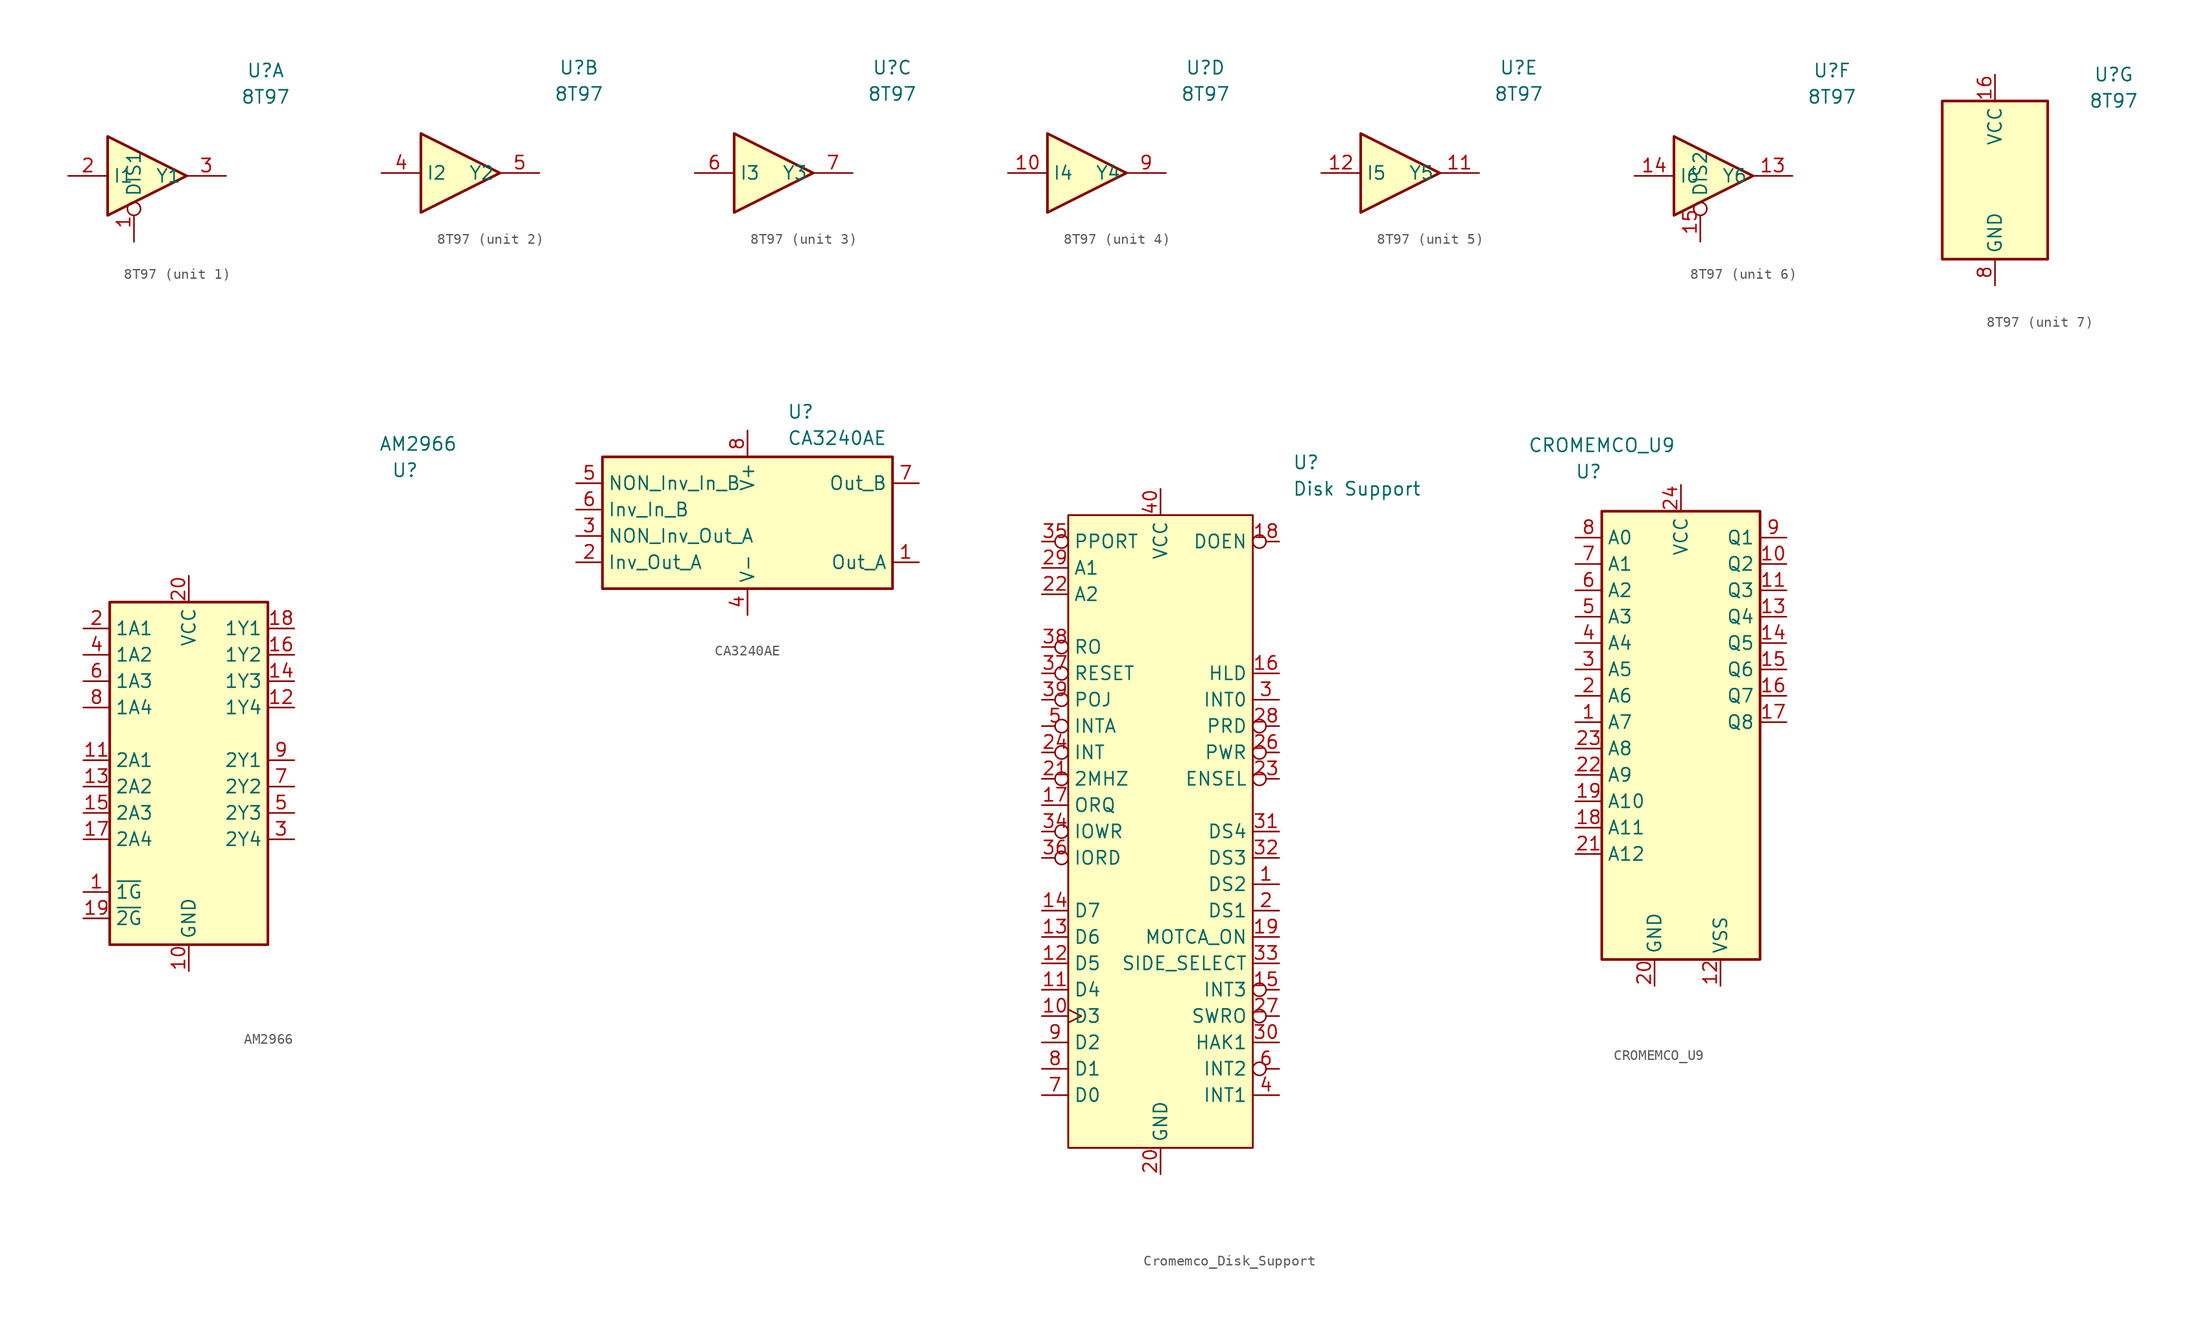
<source format=kicad_sym>
(kicad_symbol_lib
  (version 20241209)
  (generator "kicad_symbol_editor")
  (generator_version "9.0")
  (symbol "8T97"
    (property "Reference" "U"
      (at 11.43 10.16 0)
      (effects (font (size 1.27 1.27))))
    (property "Value" "8T97"
      (at 11.43 7.62 0)
      (effects (font (size 1.27 1.27))))
    (property "ki_locked" ""
      (at 0 0 0)
      (effects (font (size 1.27 1.27))))
    (symbol "8T97_1_0"
      (polyline (pts (xy -3.81 3.81) (xy -3.81 -3.81) (xy 3.81 0) (xy -3.81 3.81)) (stroke (width 0.254) (type default)) (fill (type background)))
      (pin input line (at -7.62 0 0) (length 3.81) (name "I1" (effects (font (size 1.27 1.27)))) (number "2" (effects (font (size 1.27 1.27)))))
      (pin input inverted (at -1.27 -6.35 90) (length 3.81) (name "DIS1" (effects (font (size 1.27 1.27)))) (number "1" (effects (font (size 1.27 1.27)))))
      (pin output line (at 7.62 0 180) (length 3.81) (name "Y1" (effects (font (size 1.27 1.27)))) (number "3" (effects (font (size 1.27 1.27))))))
    (symbol "8T97_2_0"
      (polyline (pts (xy -3.81 3.81) (xy -3.81 -3.81) (xy 3.81 0) (xy -3.81 3.81)) (stroke (width 0.254) (type default)) (fill (type background)))
      (pin input line (at -7.62 0 0) (length 3.81) (name "I2" (effects (font (size 1.27 1.27)))) (number "4" (effects (font (size 1.27 1.27)))))
      (pin output line (at 7.62 0 180) (length 3.81) (name "Y2" (effects (font (size 1.27 1.27)))) (number "5" (effects (font (size 1.27 1.27))))))
    (symbol "8T97_3_0"
      (polyline (pts (xy -3.81 3.81) (xy -3.81 -3.81) (xy 3.81 0) (xy -3.81 3.81)) (stroke (width 0.254) (type default)) (fill (type background)))
      (pin input line (at -7.62 0 0) (length 3.81) (name "I3" (effects (font (size 1.27 1.27)))) (number "6" (effects (font (size 1.27 1.27)))))
      (pin output line (at 7.62 0 180) (length 3.81) (name "Y3" (effects (font (size 1.27 1.27)))) (number "7" (effects (font (size 1.27 1.27))))))
    (symbol "8T97_4_0"
      (polyline (pts (xy -3.81 3.81) (xy -3.81 -3.81) (xy 3.81 0) (xy -3.81 3.81)) (stroke (width 0.254) (type default)) (fill (type background)))
      (pin input line (at -7.62 0 0) (length 3.81) (name "I4" (effects (font (size 1.27 1.27)))) (number "10" (effects (font (size 1.27 1.27)))))
      (pin output line (at 7.62 0 180) (length 3.81) (name "Y4" (effects (font (size 1.27 1.27)))) (number "9" (effects (font (size 1.27 1.27))))))
    (symbol "8T97_5_0"
      (polyline (pts (xy -3.81 3.81) (xy -3.81 -3.81) (xy 3.81 0) (xy -3.81 3.81)) (stroke (width 0.254) (type default)) (fill (type background)))
      (pin input line (at -7.62 0 0) (length 3.81) (name "I5" (effects (font (size 1.27 1.27)))) (number "12" (effects (font (size 1.27 1.27)))))
      (pin output line (at 7.62 0 180) (length 3.81) (name "Y5" (effects (font (size 1.27 1.27)))) (number "11" (effects (font (size 1.27 1.27))))))
    (symbol "8T97_6_0"
      (polyline (pts (xy -3.81 3.81) (xy -3.81 -3.81) (xy 3.81 0) (xy -3.81 3.81)) (stroke (width 0.254) (type default)) (fill (type background)))
      (pin input line (at -7.62 0 0) (length 3.81) (name "I6" (effects (font (size 1.27 1.27)))) (number "14" (effects (font (size 1.27 1.27)))))
      (pin input inverted (at -1.27 -6.35 90) (length 3.81) (name "DIS2" (effects (font (size 1.27 1.27)))) (number "15" (effects (font (size 1.27 1.27)))))
      (pin output line (at 7.62 0 180) (length 3.81) (name "Y6" (effects (font (size 1.27 1.27)))) (number "13" (effects (font (size 1.27 1.27))))))
    (symbol "8T97_7_0"
      (pin power_in line (at 0 10.16 270) (length 2.54) (name "VCC" (effects (font (size 1.27 1.27)))) (number "16" (effects (font (size 1.27 1.27)))))
      (pin power_in line (at 0 -10.16 90) (length 2.54) (name "GND" (effects (font (size 1.27 1.27)))) (number "8" (effects (font (size 1.27 1.27))))))
    (symbol "8T97_7_1"
      (rectangle (start -5.08 7.62) (end 5.08 -7.62) (stroke (width 0.254) (type default)) (fill (type background)))))
  (symbol "AM2966"
    (property "Reference" "U"
      (at 30.988 10.16 0)
      (effects (font (size 1.27 1.27))))
    (property "Value" "AM2966"
      (at 32.258 12.7 0)
      (effects (font (size 1.27 1.27))))
    (symbol "AM2966_1_1"
      (rectangle (start 2.54 -2.54) (end 17.78 -35.56) (stroke (width 0.254) (type default)) (fill (type background)))
      (pin input line (at 0 -5.08 0) (length 2.54) (name "1A1" (effects (font (size 1.27 1.27)))) (number "2" (effects (font (size 1.27 1.27)))))
      (pin input line (at 0 -7.62 0) (length 2.54) (name "1A2" (effects (font (size 1.27 1.27)))) (number "4" (effects (font (size 1.27 1.27)))))
      (pin input line (at 0 -10.16 0) (length 2.54) (name "1A3" (effects (font (size 1.27 1.27)))) (number "6" (effects (font (size 1.27 1.27)))))
      (pin input line (at 0 -12.7 0) (length 2.54) (name "1A4" (effects (font (size 1.27 1.27)))) (number "8" (effects (font (size 1.27 1.27)))))
      (pin input line (at 0 -17.78 0) (length 2.54) (name "2A1" (effects (font (size 1.27 1.27)))) (number "11" (effects (font (size 1.27 1.27)))))
      (pin input line (at 0 -20.32 0) (length 2.54) (name "2A2" (effects (font (size 1.27 1.27)))) (number "13" (effects (font (size 1.27 1.27)))))
      (pin input line (at 0 -22.86 0) (length 2.54) (name "2A3" (effects (font (size 1.27 1.27)))) (number "15" (effects (font (size 1.27 1.27)))))
      (pin input line (at 0 -25.4 0) (length 2.54) (name "2A4" (effects (font (size 1.27 1.27)))) (number "17" (effects (font (size 1.27 1.27)))))
      (pin input line (at 0 -30.48 0) (length 2.54) (name "~{1G}" (effects (font (size 1.27 1.27)))) (number "1" (effects (font (size 1.27 1.27)))))
      (pin input line (at 0 -33.02 0) (length 2.54) (name "~{2G}" (effects (font (size 1.27 1.27)))) (number "19" (effects (font (size 1.27 1.27)))))
      (pin power_in line (at 10.16 0 270) (length 2.54) (name "VCC" (effects (font (size 1.27 1.27)))) (number "20" (effects (font (size 1.27 1.27)))))
      (pin power_in line (at 10.16 -38.1 90) (length 2.54) (name "GND" (effects (font (size 1.27 1.27)))) (number "10" (effects (font (size 1.27 1.27)))))
      (pin output line (at 20.32 -5.08 180) (length 2.54) (name "1Y1" (effects (font (size 1.27 1.27)))) (number "18" (effects (font (size 1.27 1.27)))))
      (pin output line (at 20.32 -7.62 180) (length 2.54) (name "1Y2" (effects (font (size 1.27 1.27)))) (number "16" (effects (font (size 1.27 1.27)))))
      (pin output line (at 20.32 -10.16 180) (length 2.54) (name "1Y3" (effects (font (size 1.27 1.27)))) (number "14" (effects (font (size 1.27 1.27)))))
      (pin output line (at 20.32 -12.7 180) (length 2.54) (name "1Y4" (effects (font (size 1.27 1.27)))) (number "12" (effects (font (size 1.27 1.27)))))
      (pin output line (at 20.32 -17.78 180) (length 2.54) (name "2Y1" (effects (font (size 1.27 1.27)))) (number "9" (effects (font (size 1.27 1.27)))))
      (pin output line (at 20.32 -20.32 180) (length 2.54) (name "2Y2" (effects (font (size 1.27 1.27)))) (number "7" (effects (font (size 1.27 1.27)))))
      (pin output line (at 20.32 -22.86 180) (length 2.54) (name "2Y3" (effects (font (size 1.27 1.27)))) (number "5" (effects (font (size 1.27 1.27)))))
      (pin output line (at 20.32 -25.4 180) (length 2.54) (name "2Y4" (effects (font (size 1.27 1.27)))) (number "3" (effects (font (size 1.27 1.27)))))))
  (symbol "CA3240AE"
    (property "Reference" "U"
      (at 3.81 5.08 0)
      (effects (font (size 1.27 1.27)) (justify left top)))
    (property "Value" "CA3240AE"
      (at 3.81 2.54 0)
      (effects (font (size 1.27 1.27)) (justify left top)))
    (symbol "CA3240AE_1_1"
      (rectangle (start -13.97 0) (end 13.97 -12.7) (stroke (width 0.254) (type default)) (fill (type background)))
      (pin input line (at -16.51 -2.54 0) (length 2.54) (name "NON_Inv_In_B" (effects (font (size 1.27 1.27)))) (number "5" (effects (font (size 1.27 1.27)))))
      (pin input line (at -16.51 -5.08 0) (length 2.54) (name "Inv_In_B" (effects (font (size 1.27 1.27)))) (number "6" (effects (font (size 1.27 1.27)))))
      (pin input line (at -16.51 -7.62 0) (length 2.54) (name "NON_Inv_Out_A" (effects (font (size 1.27 1.27)))) (number "3" (effects (font (size 1.27 1.27)))))
      (pin input line (at -16.51 -10.16 0) (length 2.54) (name "Inv_Out_A" (effects (font (size 1.27 1.27)))) (number "2" (effects (font (size 1.27 1.27)))))
      (pin power_in line (at 0 2.54 270) (length 2.54) (name "V+" (effects (font (size 1.27 1.27)))) (number "8" (effects (font (size 1.27 1.27)))))
      (pin power_in line (at 0 -15.24 90) (length 2.54) (name "V-" (effects (font (size 1.27 1.27)))) (number "4" (effects (font (size 1.27 1.27)))))
      (pin output line (at 16.51 -2.54 180) (length 2.54) (name "Out_B" (effects (font (size 1.27 1.27)))) (number "7" (effects (font (size 1.27 1.27)))))
      (pin output line (at 16.51 -10.16 180) (length 2.54) (name "Out_A" (effects (font (size 1.27 1.27)))) (number "1" (effects (font (size 1.27 1.27)))))))
  (symbol "Cromemco_Disk_Support"
    (property "Reference" "U"
      (at 24.13 7.62 0)
      (effects (font (size 1.27 1.27)) (justify left)))
    (property "Value" "Disk Support"
      (at 24.13 5.08 0)
      (effects (font (size 1.27 1.27)) (justify left)))
    (symbol "Cromemco_Disk_Support_0_0"
      (pin bidirectional inverted (at 0 0 0) (length 2.54) (name "PPORT" (effects (font (size 1.27 1.27)))) (number "35" (effects (font (size 1.27 1.27)))))
      (pin bidirectional line (at 0 -2.54 0) (length 2.54) (name "A1" (effects (font (size 1.27 1.27)))) (number "29" (effects (font (size 1.27 1.27)))))
      (pin bidirectional line (at 0 -5.08 0) (length 2.54) (name "A2" (effects (font (size 1.27 1.27)))) (number "22" (effects (font (size 1.27 1.27)))))
      (pin bidirectional inverted (at 0 -10.16 0) (length 2.54) (name "RO" (effects (font (size 1.27 1.27)))) (number "38" (effects (font (size 1.27 1.27)))))
      (pin bidirectional inverted (at 0 -12.7 0) (length 2.54) (name "RESET" (effects (font (size 1.27 1.27)))) (number "37" (effects (font (size 1.27 1.27)))))
      (pin bidirectional inverted (at 0 -15.24 0) (length 2.54) (name "POJ" (effects (font (size 1.27 1.27)))) (number "39" (effects (font (size 1.27 1.27)))))
      (pin bidirectional inverted (at 0 -17.78 0) (length 2.54) (name "INTA" (effects (font (size 1.27 1.27)))) (number "5" (effects (font (size 1.27 1.27)))))
      (pin bidirectional inverted (at 0 -20.32 0) (length 2.54) (name "INT" (effects (font (size 1.27 1.27)))) (number "24" (effects (font (size 1.27 1.27)))))
      (pin bidirectional inverted (at 0 -22.86 0) (length 2.54) (name "2MHZ" (effects (font (size 1.27 1.27)))) (number "21" (effects (font (size 1.27 1.27)))))
      (pin bidirectional line (at 0 -25.4 0) (length 2.54) (name "ORQ" (effects (font (size 1.27 1.27)))) (number "17" (effects (font (size 1.27 1.27)))))
      (pin bidirectional inverted (at 0 -30.48 0) (length 2.54) (name "IORD" (effects (font (size 1.27 1.27)))) (number "36" (effects (font (size 1.27 1.27)))))
      (pin bidirectional line (at 0 -35.56 0) (length 2.54) (name "D7" (effects (font (size 1.27 1.27)))) (number "14" (effects (font (size 1.27 1.27)))))
      (pin bidirectional line (at 0 -38.1 0) (length 2.54) (name "D6" (effects (font (size 1.27 1.27)))) (number "13" (effects (font (size 1.27 1.27)))))
      (pin bidirectional line (at 0 -40.64 0) (length 2.54) (name "D5" (effects (font (size 1.27 1.27)))) (number "12" (effects (font (size 1.27 1.27)))))
      (pin bidirectional line (at 0 -43.18 0) (length 2.54) (name "D4" (effects (font (size 1.27 1.27)))) (number "11" (effects (font (size 1.27 1.27)))))
      (pin bidirectional clock (at 0 -45.72 0) (length 2.54) (name "D3" (effects (font (size 1.27 1.27)))) (number "10" (effects (font (size 1.27 1.27)))))
      (pin bidirectional line (at 0 -50.8 0) (length 2.54) (name "D1" (effects (font (size 1.27 1.27)))) (number "8" (effects (font (size 1.27 1.27)))))
      (pin bidirectional line (at 0 -53.34 0) (length 2.54) (name "D0" (effects (font (size 1.27 1.27)))) (number "7" (effects (font (size 1.27 1.27)))))
      (pin power_in line (at 11.43 5.08 270) (length 2.54) (name "VCC" (effects (font (size 1.27 1.27)))) (number "40" (effects (font (size 1.27 1.27)))))
      (pin power_in line (at 11.43 -60.96 90) (length 2.54) (name "GND" (effects (font (size 1.27 1.27)))) (number "20" (effects (font (size 1.27 1.27)))))
      (pin bidirectional inverted (at 22.86 0 180) (length 2.54) (name "DOEN" (effects (font (size 1.27 1.27)))) (number "18" (effects (font (size 1.27 1.27)))))
      (pin no_connect line (at 22.86 -10.16 180) (length 2.54) (hide yes) (name "NC" (effects (font (size 1.27 1.27)))) (number "25" (effects (font (size 1.27 1.27)))))
      (pin bidirectional line (at 22.86 -12.7 180) (length 2.54) (name "HLD" (effects (font (size 1.27 1.27)))) (number "16" (effects (font (size 1.27 1.27)))))
      (pin bidirectional line (at 22.86 -15.24 180) (length 2.54) (name "INT0" (effects (font (size 1.27 1.27)))) (number "3" (effects (font (size 1.27 1.27)))))
      (pin bidirectional inverted (at 22.86 -17.78 180) (length 2.54) (name "PRD" (effects (font (size 1.27 1.27)))) (number "28" (effects (font (size 1.27 1.27)))))
      (pin bidirectional inverted (at 22.86 -20.32 180) (length 2.54) (name "PWR" (effects (font (size 1.27 1.27)))) (number "26" (effects (font (size 1.27 1.27)))))
      (pin bidirectional inverted (at 22.86 -22.86 180) (length 2.54) (name "ENSEL" (effects (font (size 1.27 1.27)))) (number "23" (effects (font (size 1.27 1.27)))))
      (pin bidirectional line (at 22.86 -30.48 180) (length 2.54) (name "DS3" (effects (font (size 1.27 1.27)))) (number "32" (effects (font (size 1.27 1.27)))))
      (pin bidirectional line (at 22.86 -33.02 180) (length 2.54) (name "DS2" (effects (font (size 1.27 1.27)))) (number "1" (effects (font (size 1.27 1.27)))))
      (pin bidirectional line (at 22.86 -35.56 180) (length 2.54) (name "DS1" (effects (font (size 1.27 1.27)))) (number "2" (effects (font (size 1.27 1.27)))))
      (pin bidirectional line (at 22.86 -38.1 180) (length 2.54) (name "MOTCA_ON" (effects (font (size 1.27 1.27)))) (number "19" (effects (font (size 1.27 1.27)))))
      (pin bidirectional line (at 22.86 -40.64 180) (length 2.54) (name "SIDE_SELECT" (effects (font (size 1.27 1.27)))) (number "33" (effects (font (size 1.27 1.27)))))
      (pin bidirectional inverted (at 22.86 -43.18 180) (length 2.54) (name "INT3" (effects (font (size 1.27 1.27)))) (number "15" (effects (font (size 1.27 1.27)))))
      (pin bidirectional inverted (at 22.86 -45.72 180) (length 2.54) (name "SWRO" (effects (font (size 1.27 1.27)))) (number "27" (effects (font (size 1.27 1.27)))))
      (pin bidirectional line (at 22.86 -48.26 180) (length 2.54) (name "HAK1" (effects (font (size 1.27 1.27)))) (number "30" (effects (font (size 1.27 1.27)))))
      (pin bidirectional inverted (at 22.86 -50.8 180) (length 2.54) (name "INT2" (effects (font (size 1.27 1.27)))) (number "6" (effects (font (size 1.27 1.27)))))
      (pin bidirectional line (at 22.86 -53.34 180) (length 2.54) (name "INT1" (effects (font (size 1.27 1.27)))) (number "4" (effects (font (size 1.27 1.27))))))
    (symbol "Cromemco_Disk_Support_0_1"
      (rectangle (start 2.54 2.54) (end 20.32 -58.42) (stroke (width 0) (type default)) (fill (type none)))
      (rectangle (start 2.54 2.54) (end 20.32 -58.42) (stroke (width 0) (type default)) (fill (type background))))
    (symbol "Cromemco_Disk_Support_1_0"
      (pin bidirectional inverted (at 0 -27.94 0) (length 2.54) (name "IOWR" (effects (font (size 1.27 1.27)))) (number "34" (effects (font (size 1.27 1.27)))))
      (pin bidirectional line (at 0 -48.26 0) (length 2.54) (name "D2" (effects (font (size 1.27 1.27)))) (number "9" (effects (font (size 1.27 1.27)))))
      (pin bidirectional line (at 22.86 -27.94 180) (length 2.54) (name "DS4" (effects (font (size 1.27 1.27)))) (number "31" (effects (font (size 1.27 1.27)))))))
  (symbol "CROMEMCO_U9"
    (property "Reference" "U"
      (at 1.27 1.27 0)
      (effects (font (size 1.27 1.27))))
    (property "Value" "CROMEMCO_U9"
      (at 2.54 3.81 0)
      (effects (font (size 1.27 1.27))))
    (symbol "CROMEMCO_U9_1_1"
      (rectangle (start 2.54 -2.54) (end 17.78 -45.72) (stroke (width 0.254) (type default)) (fill (type background)))
      (pin input line (at 0 -5.08 0) (length 2.54) (name "A0" (effects (font (size 1.27 1.27)))) (number "8" (effects (font (size 1.27 1.27)))))
      (pin input line (at 0 -7.62 0) (length 2.54) (name "A1" (effects (font (size 1.27 1.27)))) (number "7" (effects (font (size 1.27 1.27)))))
      (pin input line (at 0 -10.16 0) (length 2.54) (name "A2" (effects (font (size 1.27 1.27)))) (number "6" (effects (font (size 1.27 1.27)))))
      (pin input line (at 0 -12.7 0) (length 2.54) (name "A3" (effects (font (size 1.27 1.27)))) (number "5" (effects (font (size 1.27 1.27)))))
      (pin input line (at 0 -15.24 0) (length 2.54) (name "A4" (effects (font (size 1.27 1.27)))) (number "4" (effects (font (size 1.27 1.27)))))
      (pin input line (at 0 -17.78 0) (length 2.54) (name "A5" (effects (font (size 1.27 1.27)))) (number "3" (effects (font (size 1.27 1.27)))))
      (pin input line (at 0 -20.32 0) (length 2.54) (name "A6" (effects (font (size 1.27 1.27)))) (number "2" (effects (font (size 1.27 1.27)))))
      (pin input line (at 0 -22.86 0) (length 2.54) (name "A7" (effects (font (size 1.27 1.27)))) (number "1" (effects (font (size 1.27 1.27)))))
      (pin input line (at 0 -25.4 0) (length 2.54) (name "A8" (effects (font (size 1.27 1.27)))) (number "23" (effects (font (size 1.27 1.27)))))
      (pin input line (at 0 -27.94 0) (length 2.54) (name "A9" (effects (font (size 1.27 1.27)))) (number "22" (effects (font (size 1.27 1.27)))))
      (pin input line (at 0 -30.48 0) (length 2.54) (name "A10" (effects (font (size 1.27 1.27)))) (number "19" (effects (font (size 1.27 1.27)))))
      (pin input line (at 0 -33.02 0) (length 2.54) (name "A11" (effects (font (size 1.27 1.27)))) (number "18" (effects (font (size 1.27 1.27)))))
      (pin input line (at 0 -35.56 0) (length 2.54) (name "A12" (effects (font (size 1.27 1.27)))) (number "21" (effects (font (size 1.27 1.27)))))
      (pin power_in line (at 7.62 -48.26 90) (length 2.54) (name "GND" (effects (font (size 1.27 1.27)))) (number "20" (effects (font (size 1.27 1.27)))))
      (pin power_in line (at 10.16 0 270) (length 2.54) (name "VCC" (effects (font (size 1.27 1.27)))) (number "24" (effects (font (size 1.27 1.27)))))
      (pin power_in line (at 13.97 -48.26 90) (length 2.54) (name "VSS" (effects (font (size 1.27 1.27)))) (number "12" (effects (font (size 1.27 1.27)))))
      (pin output line (at 20.32 -5.08 180) (length 2.54) (name "Q1" (effects (font (size 1.27 1.27)))) (number "9" (effects (font (size 1.27 1.27)))))
      (pin output line (at 20.32 -7.62 180) (length 2.54) (name "Q2" (effects (font (size 1.27 1.27)))) (number "10" (effects (font (size 1.27 1.27)))))
      (pin output line (at 20.32 -10.16 180) (length 2.54) (name "Q3" (effects (font (size 1.27 1.27)))) (number "11" (effects (font (size 1.27 1.27)))))
      (pin output line (at 20.32 -12.7 180) (length 2.54) (name "Q4" (effects (font (size 1.27 1.27)))) (number "13" (effects (font (size 1.27 1.27)))))
      (pin output line (at 20.32 -15.24 180) (length 2.54) (name "Q5" (effects (font (size 1.27 1.27)))) (number "14" (effects (font (size 1.27 1.27)))))
      (pin output line (at 20.32 -17.78 180) (length 2.54) (name "Q6" (effects (font (size 1.27 1.27)))) (number "15" (effects (font (size 1.27 1.27)))))
      (pin output line (at 20.32 -20.32 180) (length 2.54) (name "Q7" (effects (font (size 1.27 1.27)))) (number "16" (effects (font (size 1.27 1.27)))))
      (pin output line (at 20.32 -22.86 180) (length 2.54) (name "Q8" (effects (font (size 1.27 1.27)))) (number "17" (effects (font (size 1.27 1.27))))))))
</source>
